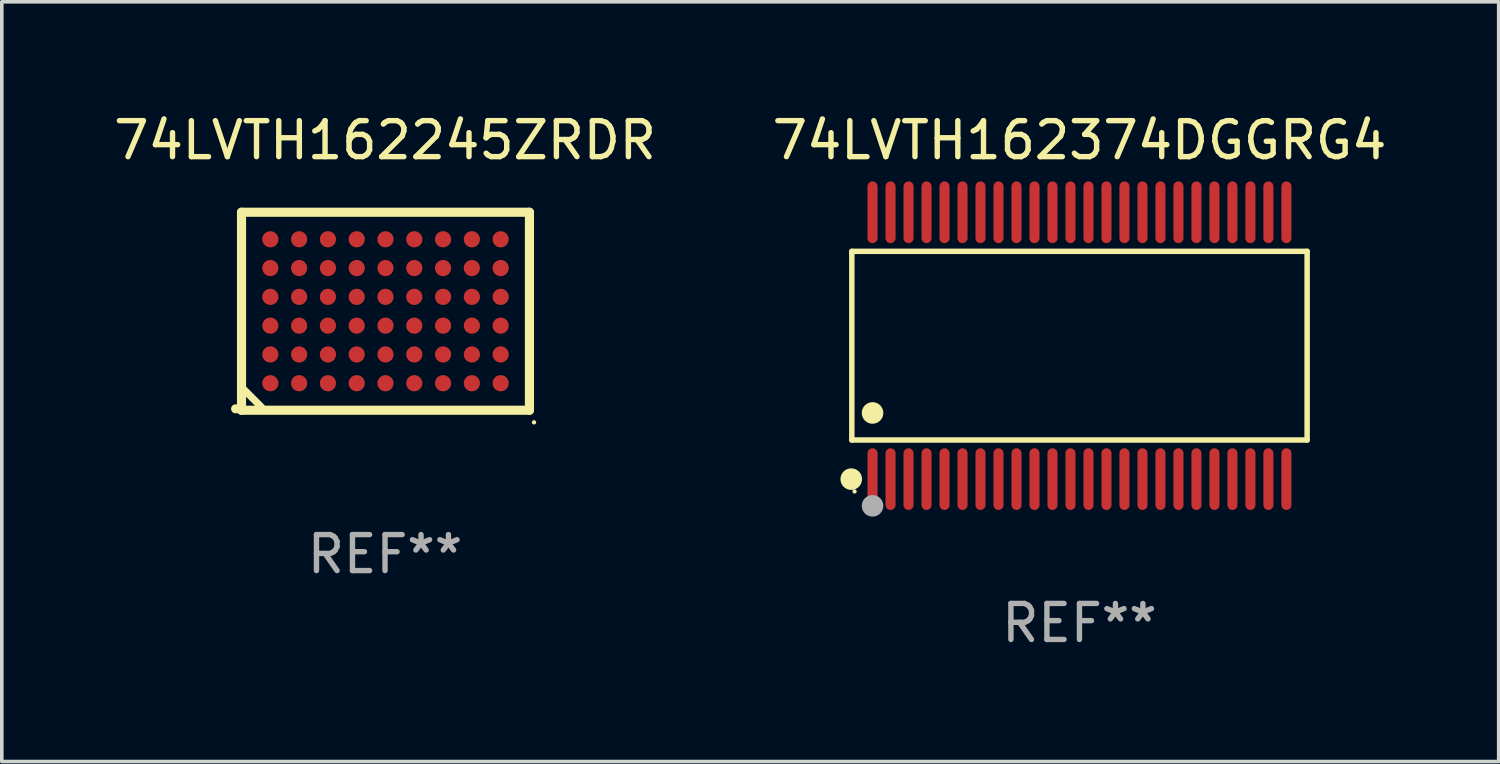
<source format=kicad_pcb>
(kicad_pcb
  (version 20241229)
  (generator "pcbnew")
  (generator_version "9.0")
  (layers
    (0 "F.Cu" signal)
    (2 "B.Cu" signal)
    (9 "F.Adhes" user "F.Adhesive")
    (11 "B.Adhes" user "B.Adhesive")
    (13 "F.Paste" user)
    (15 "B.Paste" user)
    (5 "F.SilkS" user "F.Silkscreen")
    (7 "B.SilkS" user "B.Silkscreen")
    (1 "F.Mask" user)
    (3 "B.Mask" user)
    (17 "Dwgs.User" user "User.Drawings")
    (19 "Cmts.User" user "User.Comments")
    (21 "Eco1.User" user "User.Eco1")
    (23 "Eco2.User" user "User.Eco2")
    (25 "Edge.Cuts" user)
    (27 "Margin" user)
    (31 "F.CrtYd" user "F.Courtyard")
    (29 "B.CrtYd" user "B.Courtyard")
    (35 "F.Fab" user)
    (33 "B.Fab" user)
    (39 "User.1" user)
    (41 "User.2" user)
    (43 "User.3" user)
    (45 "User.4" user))
  (footprint "74LVTH162245ZRDR"
    (layer "F.Cu")
    (at 7.649 5.599)
    (property "Reference" "74LVTH162245ZRDR" (at 0 -4.751 0) (layer "F.SilkS") (effects (font (size 1 1) (thickness 0.15))))
    (attr through_hole)
    (fp_line (start -3.988 -2.751) (end 4.013 -2.751) (stroke (width 0.254) (type solid)) (layer "F.SilkS"))
    (fp_line (start -3.988 2.751) (end -3.988 -2.751) (stroke (width 0.254) (type solid)) (layer "F.SilkS"))
    (fp_line (start -3.426 2.672) (end -4.013 2.083) (stroke (width 0.2) (type solid)) (layer "F.SilkS"))
    (fp_line (start 4.013 2.751) (end -3.988 2.751) (stroke (width 0.254) (type solid)) (layer "F.SilkS"))
    (fp_line (start 4.013 2.751) (end 4.013 -2.751) (stroke (width 0.254) (type solid)) (layer "F.SilkS"))
    (fp_arc (start -4.153239 2.711659) (mid -4.147671 2.7118) (end -4.142114 2.712167) (stroke (width 0.249987) (type solid)) (layer "F.SilkS"))
    (fp_circle (center 4.14 3.087) (end 4.17 3.087) (stroke (width 0.06) (type solid)) (fill no) (layer "F.SilkS"))
    (fp_text user "REF**" (at 0 6.751 0) (layer "F.Fab") (effects (font (size 1 1) (thickness 0.15))))
    (pad "A1" smd circle (at -3.187 2) (size 0.45 0.45) (layers "F.Cu" "F.Mask" "F.Paste"))
    (pad "A2" smd circle (at -3.187 1.2) (size 0.45 0.45) (layers "F.Cu" "F.Mask" "F.Paste"))
    (pad "A3" smd circle (at -3.187 0.4) (size 0.45 0.45) (layers "F.Cu" "F.Mask" "F.Paste"))
    (pad "A4" smd circle (at -3.187 -0.4) (size 0.45 0.45) (layers "F.Cu" "F.Mask" "F.Paste"))
    (pad "A5" smd circle (at -3.187 -1.2) (size 0.45 0.45) (layers "F.Cu" "F.Mask" "F.Paste"))
    (pad "A6" smd circle (at -3.187 -2) (size 0.45 0.45) (layers "F.Cu" "F.Mask" "F.Paste"))
    (pad "B1" smd circle (at -2.387 2) (size 0.45 0.45) (layers "F.Cu" "F.Mask" "F.Paste"))
    (pad "B2" smd circle (at -2.387 1.2) (size 0.45 0.45) (layers "F.Cu" "F.Mask" "F.Paste"))
    (pad "B3" smd circle (at -2.387 0.4) (size 0.45 0.45) (layers "F.Cu" "F.Mask" "F.Paste"))
    (pad "B4" smd circle (at -2.387 -0.4) (size 0.45 0.45) (layers "F.Cu" "F.Mask" "F.Paste"))
    (pad "B5" smd circle (at -2.387 -1.2) (size 0.45 0.45) (layers "F.Cu" "F.Mask" "F.Paste"))
    (pad "B6" smd circle (at -2.387 -2) (size 0.45 0.45) (layers "F.Cu" "F.Mask" "F.Paste"))
    (pad "C1" smd circle (at -1.587 2) (size 0.45 0.45) (layers "F.Cu" "F.Mask" "F.Paste"))
    (pad "C2" smd circle (at -1.587 1.2) (size 0.45 0.45) (layers "F.Cu" "F.Mask" "F.Paste"))
    (pad "C3" smd circle (at -1.587 0.4) (size 0.45 0.45) (layers "F.Cu" "F.Mask" "F.Paste"))
    (pad "C4" smd circle (at -1.587 -0.4) (size 0.45 0.45) (layers "F.Cu" "F.Mask" "F.Paste"))
    (pad "C5" smd circle (at -1.587 -1.2) (size 0.45 0.45) (layers "F.Cu" "F.Mask" "F.Paste"))
    (pad "C6" smd circle (at -1.587 -2) (size 0.45 0.45) (layers "F.Cu" "F.Mask" "F.Paste"))
    (pad "D1" smd circle (at -0.787 2) (size 0.45 0.45) (layers "F.Cu" "F.Mask" "F.Paste"))
    (pad "D2" smd circle (at -0.787 1.2) (size 0.45 0.45) (layers "F.Cu" "F.Mask" "F.Paste"))
    (pad "D3" smd circle (at -0.787 0.4) (size 0.45 0.45) (layers "F.Cu" "F.Mask" "F.Paste"))
    (pad "D4" smd circle (at -0.787 -0.4) (size 0.45 0.45) (layers "F.Cu" "F.Mask" "F.Paste"))
    (pad "D5" smd circle (at -0.787 -1.2) (size 0.45 0.45) (layers "F.Cu" "F.Mask" "F.Paste"))
    (pad "D6" smd circle (at -0.787 -2) (size 0.45 0.45) (layers "F.Cu" "F.Mask" "F.Paste"))
    (pad "E1" smd circle (at 0.013 2) (size 0.45 0.45) (layers "F.Cu" "F.Mask" "F.Paste"))
    (pad "E2" smd circle (at 0.013 1.2) (size 0.45 0.45) (layers "F.Cu" "F.Mask" "F.Paste"))
    (pad "E3" smd circle (at 0.013 0.4) (size 0.45 0.45) (layers "F.Cu" "F.Mask" "F.Paste"))
    (pad "E4" smd circle (at 0.013 -0.4) (size 0.45 0.45) (layers "F.Cu" "F.Mask" "F.Paste"))
    (pad "E5" smd circle (at 0.013 -1.2) (size 0.45 0.45) (layers "F.Cu" "F.Mask" "F.Paste"))
    (pad "E6" smd circle (at 0.013 -2) (size 0.45 0.45) (layers "F.Cu" "F.Mask" "F.Paste"))
    (pad "F1" smd circle (at 0.813 2) (size 0.45 0.45) (layers "F.Cu" "F.Mask" "F.Paste"))
    (pad "F2" smd circle (at 0.813 1.2) (size 0.45 0.45) (layers "F.Cu" "F.Mask" "F.Paste"))
    (pad "F3" smd circle (at 0.813 0.4) (size 0.45 0.45) (layers "F.Cu" "F.Mask" "F.Paste"))
    (pad "F4" smd circle (at 0.813 -0.4) (size 0.45 0.45) (layers "F.Cu" "F.Mask" "F.Paste"))
    (pad "F5" smd circle (at 0.813 -1.2) (size 0.45 0.45) (layers "F.Cu" "F.Mask" "F.Paste"))
    (pad "F6" smd circle (at 0.813 -2) (size 0.45 0.45) (layers "F.Cu" "F.Mask" "F.Paste"))
    (pad "G1" smd circle (at 1.613 2) (size 0.45 0.45) (layers "F.Cu" "F.Mask" "F.Paste"))
    (pad "G2" smd circle (at 1.613 1.2) (size 0.45 0.45) (layers "F.Cu" "F.Mask" "F.Paste"))
    (pad "G3" smd circle (at 1.613 0.4) (size 0.45 0.45) (layers "F.Cu" "F.Mask" "F.Paste"))
    (pad "G4" smd circle (at 1.613 -0.4) (size 0.45 0.45) (layers "F.Cu" "F.Mask" "F.Paste"))
    (pad "G5" smd circle (at 1.613 -1.2) (size 0.45 0.45) (layers "F.Cu" "F.Mask" "F.Paste"))
    (pad "G6" smd circle (at 1.613 -2) (size 0.45 0.45) (layers "F.Cu" "F.Mask" "F.Paste"))
    (pad "H1" smd circle (at 2.413 2) (size 0.45 0.45) (layers "F.Cu" "F.Mask" "F.Paste"))
    (pad "H2" smd circle (at 2.413 1.2) (size 0.45 0.45) (layers "F.Cu" "F.Mask" "F.Paste"))
    (pad "H3" smd circle (at 2.413 0.4) (size 0.45 0.45) (layers "F.Cu" "F.Mask" "F.Paste"))
    (pad "H4" smd circle (at 2.413 -0.4) (size 0.45 0.45) (layers "F.Cu" "F.Mask" "F.Paste"))
    (pad "H5" smd circle (at 2.413 -1.2) (size 0.45 0.45) (layers "F.Cu" "F.Mask" "F.Paste"))
    (pad "H6" smd circle (at 2.413 -2) (size 0.45 0.45) (layers "F.Cu" "F.Mask" "F.Paste"))
    (pad "J1" smd circle (at 3.213 2) (size 0.45 0.45) (layers "F.Cu" "F.Mask" "F.Paste"))
    (pad "J2" smd circle (at 3.213 1.2) (size 0.45 0.45) (layers "F.Cu" "F.Mask" "F.Paste"))
    (pad "J3" smd circle (at 3.213 0.4) (size 0.45 0.45) (layers "F.Cu" "F.Mask" "F.Paste"))
    (pad "J4" smd circle (at 3.213 -0.4) (size 0.45 0.45) (layers "F.Cu" "F.Mask" "F.Paste"))
    (pad "J5" smd circle (at 3.213 -1.2) (size 0.45 0.45) (layers "F.Cu" "F.Mask" "F.Paste"))
    (pad "J6" smd circle (at 3.213 -2) (size 0.45 0.45) (layers "F.Cu" "F.Mask" "F.Paste")))
  (footprint "74LVTH162374DGGRG4"
    (layer "F.Cu")
    (at 26.946 6.556)
    (property "Reference" "74LVTH162374DGGRG4" (at 0 -5.708 0) (layer "F.SilkS") (effects (font (size 1 1) (thickness 0.15))))
    (attr through_hole)
    (fp_line (start -6.326 -2.622) (end 6.326 -2.622) (stroke (width 0.152) (type solid)) (layer "F.SilkS"))
    (fp_line (start -6.326 2.621) (end -6.326 -2.622) (stroke (width 0.152) (type solid)) (layer "F.SilkS"))
    (fp_line (start 6.326 -2.622) (end 6.326 2.621) (stroke (width 0.152) (type solid)) (layer "F.SilkS"))
    (fp_line (start 6.326 2.621) (end -6.326 2.621) (stroke (width 0.152) (type solid)) (layer "F.SilkS"))
    (fp_circle (center -6.342 3.708) (end -6.192 3.708) (stroke (width 0.3) (type solid)) (fill no) (layer "F.SilkS"))
    (fp_circle (center -6.25 4.05) (end -6.22 4.05) (stroke (width 0.06) (type solid)) (fill no) (layer "F.SilkS"))
    (fp_circle (center -5.75 1.869) (end -5.6 1.869) (stroke (width 0.3) (type solid)) (fill no) (layer "F.SilkS"))
    (fp_circle (center -5.75 4.45) (end -5.6 4.45) (stroke (width 0.3) (type solid)) (fill no) (layer "F.Fab"))
    (fp_text user "REF**" (at 0 7.708 0) (layer "F.Fab") (effects (font (size 1 1) (thickness 0.15))))
    (pad "1" smd oval (at -5.75 3.708) (size 0.28 1.715) (layers "F.Cu" "F.Mask" "F.Paste"))
    (pad "2" smd oval (at -5.25 3.708) (size 0.28 1.715) (layers "F.Cu" "F.Mask" "F.Paste"))
    (pad "3" smd oval (at -4.75 3.708) (size 0.28 1.715) (layers "F.Cu" "F.Mask" "F.Paste"))
    (pad "4" smd oval (at -4.25 3.708) (size 0.28 1.715) (layers "F.Cu" "F.Mask" "F.Paste"))
    (pad "5" smd oval (at -3.75 3.708) (size 0.28 1.715) (layers "F.Cu" "F.Mask" "F.Paste"))
    (pad "6" smd oval (at -3.25 3.708) (size 0.28 1.715) (layers "F.Cu" "F.Mask" "F.Paste"))
    (pad "7" smd oval (at -2.75 3.708) (size 0.28 1.715) (layers "F.Cu" "F.Mask" "F.Paste"))
    (pad "8" smd oval (at -2.25 3.708) (size 0.28 1.715) (layers "F.Cu" "F.Mask" "F.Paste"))
    (pad "9" smd oval (at -1.75 3.708) (size 0.28 1.715) (layers "F.Cu" "F.Mask" "F.Paste"))
    (pad "10" smd oval (at -1.25 3.708) (size 0.28 1.715) (layers "F.Cu" "F.Mask" "F.Paste"))
    (pad "11" smd oval (at -0.75 3.708) (size 0.28 1.715) (layers "F.Cu" "F.Mask" "F.Paste"))
    (pad "12" smd oval (at -0.25 3.708) (size 0.28 1.715) (layers "F.Cu" "F.Mask" "F.Paste"))
    (pad "13" smd oval (at 0.25 3.708) (size 0.28 1.715) (layers "F.Cu" "F.Mask" "F.Paste"))
    (pad "14" smd oval (at 0.75 3.708) (size 0.28 1.715) (layers "F.Cu" "F.Mask" "F.Paste"))
    (pad "15" smd oval (at 1.25 3.708) (size 0.28 1.715) (layers "F.Cu" "F.Mask" "F.Paste"))
    (pad "16" smd oval (at 1.75 3.708) (size 0.28 1.715) (layers "F.Cu" "F.Mask" "F.Paste"))
    (pad "17" smd oval (at 2.25 3.708) (size 0.28 1.715) (layers "F.Cu" "F.Mask" "F.Paste"))
    (pad "18" smd oval (at 2.75 3.708) (size 0.28 1.715) (layers "F.Cu" "F.Mask" "F.Paste"))
    (pad "19" smd oval (at 3.25 3.708) (size 0.28 1.715) (layers "F.Cu" "F.Mask" "F.Paste"))
    (pad "20" smd oval (at 3.75 3.708) (size 0.28 1.715) (layers "F.Cu" "F.Mask" "F.Paste"))
    (pad "21" smd oval (at 4.25 3.708) (size 0.28 1.715) (layers "F.Cu" "F.Mask" "F.Paste"))
    (pad "22" smd oval (at 4.75 3.708) (size 0.28 1.715) (layers "F.Cu" "F.Mask" "F.Paste"))
    (pad "23" smd oval (at 5.25 3.708) (size 0.28 1.715) (layers "F.Cu" "F.Mask" "F.Paste"))
    (pad "24" smd oval (at 5.75 3.708) (size 0.28 1.715) (layers "F.Cu" "F.Mask" "F.Paste"))
    (pad "25" smd oval (at 5.75 -3.708) (size 0.28 1.715) (layers "F.Cu" "F.Mask" "F.Paste"))
    (pad "26" smd oval (at 5.25 -3.708) (size 0.28 1.715) (layers "F.Cu" "F.Mask" "F.Paste"))
    (pad "27" smd oval (at 4.75 -3.708) (size 0.28 1.715) (layers "F.Cu" "F.Mask" "F.Paste"))
    (pad "28" smd oval (at 4.25 -3.708) (size 0.28 1.715) (layers "F.Cu" "F.Mask" "F.Paste"))
    (pad "29" smd oval (at 3.75 -3.708) (size 0.28 1.715) (layers "F.Cu" "F.Mask" "F.Paste"))
    (pad "30" smd oval (at 3.25 -3.708) (size 0.28 1.715) (layers "F.Cu" "F.Mask" "F.Paste"))
    (pad "31" smd oval (at 2.75 -3.708) (size 0.28 1.715) (layers "F.Cu" "F.Mask" "F.Paste"))
    (pad "32" smd oval (at 2.25 -3.708) (size 0.28 1.715) (layers "F.Cu" "F.Mask" "F.Paste"))
    (pad "33" smd oval (at 1.75 -3.708) (size 0.28 1.715) (layers "F.Cu" "F.Mask" "F.Paste"))
    (pad "34" smd oval (at 1.25 -3.708) (size 0.28 1.715) (layers "F.Cu" "F.Mask" "F.Paste"))
    (pad "35" smd oval (at 0.75 -3.708) (size 0.28 1.715) (layers "F.Cu" "F.Mask" "F.Paste"))
    (pad "36" smd oval (at 0.25 -3.708) (size 0.28 1.715) (layers "F.Cu" "F.Mask" "F.Paste"))
    (pad "37" smd oval (at -0.25 -3.708) (size 0.28 1.715) (layers "F.Cu" "F.Mask" "F.Paste"))
    (pad "38" smd oval (at -0.75 -3.708) (size 0.28 1.715) (layers "F.Cu" "F.Mask" "F.Paste"))
    (pad "39" smd oval (at -1.25 -3.708) (size 0.28 1.715) (layers "F.Cu" "F.Mask" "F.Paste"))
    (pad "40" smd oval (at -1.75 -3.708) (size 0.28 1.715) (layers "F.Cu" "F.Mask" "F.Paste"))
    (pad "41" smd oval (at -2.25 -3.708) (size 0.28 1.715) (layers "F.Cu" "F.Mask" "F.Paste"))
    (pad "42" smd oval (at -2.75 -3.708) (size 0.28 1.715) (layers "F.Cu" "F.Mask" "F.Paste"))
    (pad "43" smd oval (at -3.25 -3.708) (size 0.28 1.715) (layers "F.Cu" "F.Mask" "F.Paste"))
    (pad "44" smd oval (at -3.75 -3.708) (size 0.28 1.715) (layers "F.Cu" "F.Mask" "F.Paste"))
    (pad "45" smd oval (at -4.25 -3.708) (size 0.28 1.715) (layers "F.Cu" "F.Mask" "F.Paste"))
    (pad "46" smd oval (at -4.75 -3.708) (size 0.28 1.715) (layers "F.Cu" "F.Mask" "F.Paste"))
    (pad "47" smd oval (at -5.25 -3.708) (size 0.28 1.715) (layers "F.Cu" "F.Mask" "F.Paste"))
    (pad "48" smd oval (at -5.75 -3.708) (size 0.28 1.715) (layers "F.Cu" "F.Mask" "F.Paste")))
  (gr_rect
    (start -3 -3)
    (end 38.595 18.112)
    (stroke (width 0.1) (type default))
    (fill no)
    (layer "Edge.Cuts")))
</source>
